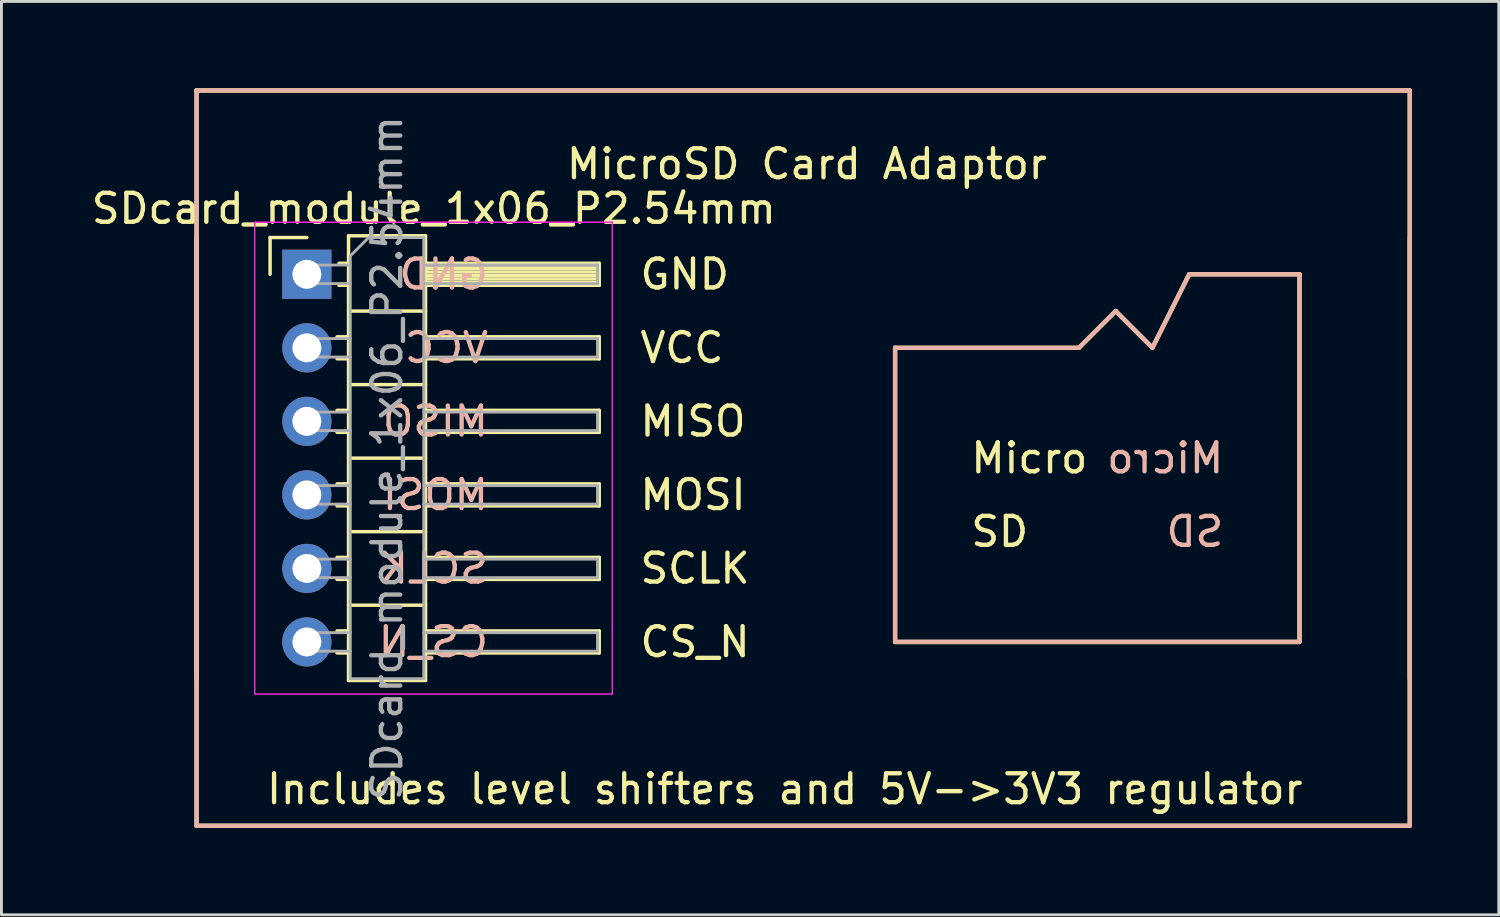
<source format=kicad_pcb>
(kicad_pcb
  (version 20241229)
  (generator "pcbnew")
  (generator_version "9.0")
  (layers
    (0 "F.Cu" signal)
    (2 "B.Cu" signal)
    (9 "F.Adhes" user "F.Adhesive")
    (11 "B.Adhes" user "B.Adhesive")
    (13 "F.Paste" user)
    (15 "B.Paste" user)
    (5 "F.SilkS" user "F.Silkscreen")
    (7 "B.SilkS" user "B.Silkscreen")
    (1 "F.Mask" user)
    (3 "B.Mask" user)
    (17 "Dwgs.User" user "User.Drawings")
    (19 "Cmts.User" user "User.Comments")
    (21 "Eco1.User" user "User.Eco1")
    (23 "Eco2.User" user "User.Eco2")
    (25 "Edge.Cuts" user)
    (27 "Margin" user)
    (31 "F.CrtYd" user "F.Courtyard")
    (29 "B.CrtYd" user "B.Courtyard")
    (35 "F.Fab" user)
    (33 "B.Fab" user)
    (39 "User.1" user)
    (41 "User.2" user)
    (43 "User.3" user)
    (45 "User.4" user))
  (footprint "SDcard_module_1x06_P2.54mm"
    (layer "F.Cu")
    (at 7.55 6.425)
    (property "Reference" "SDcard_module_1x06_P2.54mm" (at 4.385 -2.27 0) (layer "F.SilkS") (effects (font (size 1 1) (thickness 0.15))))
    (attr through_hole)
    (fp_line (start -3.81 -6.35) (end 38.1 -6.35) (stroke (width 0.15) (type solid)) (layer "F.SilkS"))
    (fp_line (start -3.81 -1.27) (end -3.81 13.97) (stroke (width 0.15) (type solid)) (layer "F.SilkS"))
    (fp_line (start -3.81 19.05) (end -3.81 -6.35) (stroke (width 0.15) (type solid)) (layer "F.SilkS"))
    (fp_line (start -1.27 -1.27) (end 0 -1.27) (stroke (width 0.12) (type solid)) (layer "F.SilkS"))
    (fp_line (start -1.27 0) (end -1.27 -1.27) (stroke (width 0.12) (type solid)) (layer "F.SilkS"))
    (fp_line (start 1.043 2.16) (end 1.44 2.16) (stroke (width 0.12) (type solid)) (layer "F.SilkS"))
    (fp_line (start 1.043 2.92) (end 1.44 2.92) (stroke (width 0.12) (type solid)) (layer "F.SilkS"))
    (fp_line (start 1.043 4.7) (end 1.44 4.7) (stroke (width 0.12) (type solid)) (layer "F.SilkS"))
    (fp_line (start 1.043 5.46) (end 1.44 5.46) (stroke (width 0.12) (type solid)) (layer "F.SilkS"))
    (fp_line (start 1.043 7.24) (end 1.44 7.24) (stroke (width 0.12) (type solid)) (layer "F.SilkS"))
    (fp_line (start 1.043 8) (end 1.44 8) (stroke (width 0.12) (type solid)) (layer "F.SilkS"))
    (fp_line (start 1.043 9.78) (end 1.44 9.78) (stroke (width 0.12) (type solid)) (layer "F.SilkS"))
    (fp_line (start 1.043 10.54) (end 1.44 10.54) (stroke (width 0.12) (type solid)) (layer "F.SilkS"))
    (fp_line (start 1.043 12.32) (end 1.44 12.32) (stroke (width 0.12) (type solid)) (layer "F.SilkS"))
    (fp_line (start 1.043 13.08) (end 1.44 13.08) (stroke (width 0.12) (type solid)) (layer "F.SilkS"))
    (fp_line (start 1.11 -0.38) (end 1.44 -0.38) (stroke (width 0.12) (type solid)) (layer "F.SilkS"))
    (fp_line (start 1.11 0.38) (end 1.44 0.38) (stroke (width 0.12) (type solid)) (layer "F.SilkS"))
    (fp_line (start 1.44 -1.33) (end 1.44 14.03) (stroke (width 0.12) (type solid)) (layer "F.SilkS"))
    (fp_line (start 1.44 1.27) (end 4.1 1.27) (stroke (width 0.12) (type solid)) (layer "F.SilkS"))
    (fp_line (start 1.44 3.81) (end 4.1 3.81) (stroke (width 0.12) (type solid)) (layer "F.SilkS"))
    (fp_line (start 1.44 6.35) (end 4.1 6.35) (stroke (width 0.12) (type solid)) (layer "F.SilkS"))
    (fp_line (start 1.44 8.89) (end 4.1 8.89) (stroke (width 0.12) (type solid)) (layer "F.SilkS"))
    (fp_line (start 1.44 11.43) (end 4.1 11.43) (stroke (width 0.12) (type solid)) (layer "F.SilkS"))
    (fp_line (start 1.44 14.03) (end 4.1 14.03) (stroke (width 0.12) (type solid)) (layer "F.SilkS"))
    (fp_line (start 4.1 -1.33) (end 1.44 -1.33) (stroke (width 0.12) (type solid)) (layer "F.SilkS"))
    (fp_line (start 4.1 -0.38) (end 10.1 -0.38) (stroke (width 0.12) (type solid)) (layer "F.SilkS"))
    (fp_line (start 4.1 -0.32) (end 10.1 -0.32) (stroke (width 0.12) (type solid)) (layer "F.SilkS"))
    (fp_line (start 4.1 -0.2) (end 10.1 -0.2) (stroke (width 0.12) (type solid)) (layer "F.SilkS"))
    (fp_line (start 4.1 -0.08) (end 10.1 -0.08) (stroke (width 0.12) (type solid)) (layer "F.SilkS"))
    (fp_line (start 4.1 0.04) (end 10.1 0.04) (stroke (width 0.12) (type solid)) (layer "F.SilkS"))
    (fp_line (start 4.1 0.16) (end 10.1 0.16) (stroke (width 0.12) (type solid)) (layer "F.SilkS"))
    (fp_line (start 4.1 0.28) (end 10.1 0.28) (stroke (width 0.12) (type solid)) (layer "F.SilkS"))
    (fp_line (start 4.1 2.16) (end 10.1 2.16) (stroke (width 0.12) (type solid)) (layer "F.SilkS"))
    (fp_line (start 4.1 4.7) (end 10.1 4.7) (stroke (width 0.12) (type solid)) (layer "F.SilkS"))
    (fp_line (start 4.1 7.24) (end 10.1 7.24) (stroke (width 0.12) (type solid)) (layer "F.SilkS"))
    (fp_line (start 4.1 9.78) (end 10.1 9.78) (stroke (width 0.12) (type solid)) (layer "F.SilkS"))
    (fp_line (start 4.1 12.32) (end 10.1 12.32) (stroke (width 0.12) (type solid)) (layer "F.SilkS"))
    (fp_line (start 4.1 14.03) (end 4.1 -1.33) (stroke (width 0.12) (type solid)) (layer "F.SilkS"))
    (fp_line (start 10.1 -0.38) (end 10.1 0.38) (stroke (width 0.12) (type solid)) (layer "F.SilkS"))
    (fp_line (start 10.1 0.38) (end 4.1 0.38) (stroke (width 0.12) (type solid)) (layer "F.SilkS"))
    (fp_line (start 10.1 2.16) (end 10.1 2.92) (stroke (width 0.12) (type solid)) (layer "F.SilkS"))
    (fp_line (start 10.1 2.92) (end 4.1 2.92) (stroke (width 0.12) (type solid)) (layer "F.SilkS"))
    (fp_line (start 10.1 4.7) (end 10.1 5.46) (stroke (width 0.12) (type solid)) (layer "F.SilkS"))
    (fp_line (start 10.1 5.46) (end 4.1 5.46) (stroke (width 0.12) (type solid)) (layer "F.SilkS"))
    (fp_line (start 10.1 7.24) (end 10.1 8) (stroke (width 0.12) (type solid)) (layer "F.SilkS"))
    (fp_line (start 10.1 8) (end 4.1 8) (stroke (width 0.12) (type solid)) (layer "F.SilkS"))
    (fp_line (start 10.1 9.78) (end 10.1 10.54) (stroke (width 0.12) (type solid)) (layer "F.SilkS"))
    (fp_line (start 10.1 10.54) (end 4.1 10.54) (stroke (width 0.12) (type solid)) (layer "F.SilkS"))
    (fp_line (start 10.1 12.32) (end 10.1 13.08) (stroke (width 0.12) (type solid)) (layer "F.SilkS"))
    (fp_line (start 10.1 13.08) (end 4.1 13.08) (stroke (width 0.12) (type solid)) (layer "F.SilkS"))
    (fp_line (start 20.32 2.54) (end 26.67 2.54) (stroke (width 0.15) (type solid)) (layer "F.SilkS"))
    (fp_line (start 20.32 12.7) (end 20.32 2.54) (stroke (width 0.15) (type solid)) (layer "F.SilkS"))
    (fp_line (start 26.67 2.54) (end 27.94 1.27) (stroke (width 0.15) (type solid)) (layer "F.SilkS"))
    (fp_line (start 27.94 1.27) (end 29.21 2.54) (stroke (width 0.15) (type solid)) (layer "F.SilkS"))
    (fp_line (start 29.21 2.54) (end 30.48 0) (stroke (width 0.15) (type solid)) (layer "F.SilkS"))
    (fp_line (start 30.48 0) (end 34.29 0) (stroke (width 0.15) (type solid)) (layer "F.SilkS"))
    (fp_line (start 34.29 0) (end 34.29 12.7) (stroke (width 0.15) (type solid)) (layer "F.SilkS"))
    (fp_line (start 34.29 12.7) (end 20.32 12.7) (stroke (width 0.15) (type solid)) (layer "F.SilkS"))
    (fp_line (start 38.1 -6.35) (end 38.1 19.05) (stroke (width 0.15) (type solid)) (layer "F.SilkS"))
    (fp_line (start 38.1 -1.27) (end 38.1 13.97) (stroke (width 0.15) (type solid)) (layer "F.SilkS"))
    (fp_line (start 38.1 19.05) (end -3.81 19.05) (stroke (width 0.15) (type solid)) (layer "F.SilkS"))
    (fp_line (start -3.81 -6.35) (end -3.81 19.05) (stroke (width 0.15) (type solid)) (layer "B.SilkS"))
    (fp_line (start -3.81 19.05) (end 38.1 19.05) (stroke (width 0.15) (type solid)) (layer "B.SilkS"))
    (fp_line (start 20.32 2.54) (end 26.67 2.54) (stroke (width 0.15) (type solid)) (layer "B.SilkS"))
    (fp_line (start 20.32 12.7) (end 20.32 2.54) (stroke (width 0.15) (type solid)) (layer "B.SilkS"))
    (fp_line (start 26.67 2.54) (end 27.94 1.27) (stroke (width 0.15) (type solid)) (layer "B.SilkS"))
    (fp_line (start 27.94 1.27) (end 29.21 2.54) (stroke (width 0.15) (type solid)) (layer "B.SilkS"))
    (fp_line (start 29.21 2.54) (end 30.48 0) (stroke (width 0.15) (type solid)) (layer "B.SilkS"))
    (fp_line (start 30.48 0) (end 34.29 0) (stroke (width 0.15) (type solid)) (layer "B.SilkS"))
    (fp_line (start 34.29 0) (end 34.29 12.7) (stroke (width 0.15) (type solid)) (layer "B.SilkS"))
    (fp_line (start 34.29 12.7) (end 20.32 12.7) (stroke (width 0.15) (type solid)) (layer "B.SilkS"))
    (fp_line (start 38.1 -6.35) (end -3.81 -6.35) (stroke (width 0.15) (type solid)) (layer "B.SilkS"))
    (fp_line (start 38.1 19.05) (end 38.1 -6.35) (stroke (width 0.15) (type solid)) (layer "B.SilkS"))
    (fp_line (start -1.8 -1.8) (end -1.8 14.5) (stroke (width 0.05) (type solid)) (layer "F.CrtYd"))
    (fp_line (start -1.8 14.5) (end 10.55 14.5) (stroke (width 0.05) (type solid)) (layer "F.CrtYd"))
    (fp_line (start 10.55 -1.8) (end -1.8 -1.8) (stroke (width 0.05) (type solid)) (layer "F.CrtYd"))
    (fp_line (start 10.55 14.5) (end 10.55 -1.8) (stroke (width 0.05) (type solid)) (layer "F.CrtYd"))
    (fp_line (start -0.32 -0.32) (end -0.32 0.32) (stroke (width 0.1) (type solid)) (layer "F.Fab"))
    (fp_line (start -0.32 -0.32) (end 1.5 -0.32) (stroke (width 0.1) (type solid)) (layer "F.Fab"))
    (fp_line (start -0.32 0.32) (end 1.5 0.32) (stroke (width 0.1) (type solid)) (layer "F.Fab"))
    (fp_line (start -0.32 2.22) (end -0.32 2.86) (stroke (width 0.1) (type solid)) (layer "F.Fab"))
    (fp_line (start -0.32 2.22) (end 1.5 2.22) (stroke (width 0.1) (type solid)) (layer "F.Fab"))
    (fp_line (start -0.32 2.86) (end 1.5 2.86) (stroke (width 0.1) (type solid)) (layer "F.Fab"))
    (fp_line (start -0.32 4.76) (end -0.32 5.4) (stroke (width 0.1) (type solid)) (layer "F.Fab"))
    (fp_line (start -0.32 4.76) (end 1.5 4.76) (stroke (width 0.1) (type solid)) (layer "F.Fab"))
    (fp_line (start -0.32 5.4) (end 1.5 5.4) (stroke (width 0.1) (type solid)) (layer "F.Fab"))
    (fp_line (start -0.32 7.3) (end -0.32 7.94) (stroke (width 0.1) (type solid)) (layer "F.Fab"))
    (fp_line (start -0.32 7.3) (end 1.5 7.3) (stroke (width 0.1) (type solid)) (layer "F.Fab"))
    (fp_line (start -0.32 7.94) (end 1.5 7.94) (stroke (width 0.1) (type solid)) (layer "F.Fab"))
    (fp_line (start -0.32 9.84) (end -0.32 10.48) (stroke (width 0.1) (type solid)) (layer "F.Fab"))
    (fp_line (start -0.32 9.84) (end 1.5 9.84) (stroke (width 0.1) (type solid)) (layer "F.Fab"))
    (fp_line (start -0.32 10.48) (end 1.5 10.48) (stroke (width 0.1) (type solid)) (layer "F.Fab"))
    (fp_line (start -0.32 12.38) (end -0.32 13.02) (stroke (width 0.1) (type solid)) (layer "F.Fab"))
    (fp_line (start -0.32 12.38) (end 1.5 12.38) (stroke (width 0.1) (type solid)) (layer "F.Fab"))
    (fp_line (start -0.32 13.02) (end 1.5 13.02) (stroke (width 0.1) (type solid)) (layer "F.Fab"))
    (fp_line (start 1.5 -0.635) (end 2.135 -1.27) (stroke (width 0.1) (type solid)) (layer "F.Fab"))
    (fp_line (start 1.5 13.97) (end 1.5 -0.635) (stroke (width 0.1) (type solid)) (layer "F.Fab"))
    (fp_line (start 2.135 -1.27) (end 4.04 -1.27) (stroke (width 0.1) (type solid)) (layer "F.Fab"))
    (fp_line (start 4.04 -1.27) (end 4.04 13.97) (stroke (width 0.1) (type solid)) (layer "F.Fab"))
    (fp_line (start 4.04 -0.32) (end 10.04 -0.32) (stroke (width 0.1) (type solid)) (layer "F.Fab"))
    (fp_line (start 4.04 0.32) (end 10.04 0.32) (stroke (width 0.1) (type solid)) (layer "F.Fab"))
    (fp_line (start 4.04 2.22) (end 10.04 2.22) (stroke (width 0.1) (type solid)) (layer "F.Fab"))
    (fp_line (start 4.04 2.86) (end 10.04 2.86) (stroke (width 0.1) (type solid)) (layer "F.Fab"))
    (fp_line (start 4.04 4.76) (end 10.04 4.76) (stroke (width 0.1) (type solid)) (layer "F.Fab"))
    (fp_line (start 4.04 5.4) (end 10.04 5.4) (stroke (width 0.1) (type solid)) (layer "F.Fab"))
    (fp_line (start 4.04 7.3) (end 10.04 7.3) (stroke (width 0.1) (type solid)) (layer "F.Fab"))
    (fp_line (start 4.04 7.94) (end 10.04 7.94) (stroke (width 0.1) (type solid)) (layer "F.Fab"))
    (fp_line (start 4.04 9.84) (end 10.04 9.84) (stroke (width 0.1) (type solid)) (layer "F.Fab"))
    (fp_line (start 4.04 10.48) (end 10.04 10.48) (stroke (width 0.1) (type solid)) (layer "F.Fab"))
    (fp_line (start 4.04 12.38) (end 10.04 12.38) (stroke (width 0.1) (type solid)) (layer "F.Fab"))
    (fp_line (start 4.04 13.02) (end 10.04 13.02) (stroke (width 0.1) (type solid)) (layer "F.Fab"))
    (fp_line (start 4.04 13.97) (end 1.5 13.97) (stroke (width 0.1) (type solid)) (layer "F.Fab"))
    (fp_line (start 10.04 -0.32) (end 10.04 0.32) (stroke (width 0.1) (type solid)) (layer "F.Fab"))
    (fp_line (start 10.04 2.22) (end 10.04 2.86) (stroke (width 0.1) (type solid)) (layer "F.Fab"))
    (fp_line (start 10.04 4.76) (end 10.04 5.4) (stroke (width 0.1) (type solid)) (layer "F.Fab"))
    (fp_line (start 10.04 7.3) (end 10.04 7.94) (stroke (width 0.1) (type solid)) (layer "F.Fab"))
    (fp_line (start 10.04 9.84) (end 10.04 10.48) (stroke (width 0.1) (type solid)) (layer "F.Fab"))
    (fp_line (start 10.04 12.38) (end 10.04 13.02) (stroke (width 0.1) (type solid)) (layer "F.Fab"))
    (fp_text user "MicroSD Card Adaptor" (at 8.89 -3.81 0) (layer "F.SilkS") (effects (font (size 1 1) (thickness 0.15)) (justify left)))
    (fp_text user "MOSI" (at 11.43 7.62 0) (layer "F.SilkS") (effects (font (size 1 1) (thickness 0.15)) (justify left)))
    (fp_text user "SCLK" (at 11.43 10.16 0) (layer "F.SilkS") (effects (font (size 1 1) (thickness 0.15)) (justify left)))
    (fp_text user "SD" (at 22.86 8.89 0) (layer "F.SilkS") (effects (font (size 1 1) (thickness 0.15)) (justify left)))
    (fp_text user "GND" (at 11.43 0 0) (layer "F.SilkS") (effects (font (size 1 1) (thickness 0.15)) (justify left)))
    (fp_text user "Includes level shifters and 5V->3V3 regulator" (at 16.51 17.78 0) (layer "F.SilkS") (effects (font (size 1 1) (thickness 0.15))))
    (fp_text user "Micro" (at 22.86 6.35 0) (layer "F.SilkS") (effects (font (size 1 1) (thickness 0.15)) (justify left)))
    (fp_text user "VCC" (at 11.43 2.54 0) (layer "F.SilkS") (effects (font (size 1 1) (thickness 0.15)) (justify left)))
    (fp_text user "MISO" (at 11.43 5.08 0) (layer "F.SilkS") (effects (font (size 1 1) (thickness 0.15)) (justify left)))
    (fp_text user "CS_N" (at 11.43 12.7 0) (layer "F.SilkS") (effects (font (size 1 1) (thickness 0.15)) (justify left)))
    (fp_text user "CS_N" (at 6.35 12.7 0) (layer "B.SilkS") (effects (font (size 1 1) (thickness 0.15)) (justify left mirror)))
    (fp_text user "VCC" (at 6.35 2.54 0) (layer "B.SilkS") (effects (font (size 1 1) (thickness 0.15)) (justify left mirror)))
    (fp_text user "SD" (at 31.75 8.89 0) (layer "B.SilkS") (effects (font (size 1 1) (thickness 0.15)) (justify left mirror)))
    (fp_text user "SCLK" (at 6.35 10.16 0) (layer "B.SilkS") (effects (font (size 1 1) (thickness 0.15)) (justify left mirror)))
    (fp_text user "MOSI" (at 6.35 7.62 0) (layer "B.SilkS") (effects (font (size 1 1) (thickness 0.15)) (justify left mirror)))
    (fp_text user "MISO" (at 6.35 5.08 0) (layer "B.SilkS") (effects (font (size 1 1) (thickness 0.15)) (justify left mirror)))
    (fp_text user "Micro" (at 31.75 6.35 0) (layer "B.SilkS") (effects (font (size 1 1) (thickness 0.15)) (justify left mirror)))
    (fp_text user "GND" (at 6.35 0 0) (layer "B.SilkS") (effects (font (size 1 1) (thickness 0.15)) (justify left mirror)))
    (fp_text user "${REFERENCE}" (at 2.77 6.35 90) (layer "F.Fab") (effects (font (size 1 1) (thickness 0.15))))
    (pad "1" thru_hole rect (at 0 0) (size 1.7 1.7) (drill 1) (layers "*.Cu" "*.Mask"))
    (pad "2" thru_hole oval (at 0 2.54) (size 1.7 1.7) (drill 1) (layers "*.Cu" "*.Mask"))
    (pad "3" thru_hole oval (at 0 5.08) (size 1.7 1.7) (drill 1) (layers "*.Cu" "*.Mask"))
    (pad "4" thru_hole oval (at 0 7.62) (size 1.7 1.7) (drill 1) (layers "*.Cu" "*.Mask"))
    (pad "5" thru_hole oval (at 0 10.16) (size 1.7 1.7) (drill 1) (layers "*.Cu" "*.Mask"))
    (pad "6" thru_hole oval (at 0 12.7) (size 1.7 1.7) (drill 1) (layers "*.Cu" "*.Mask")))
  (gr_rect
    (start -3 -3)
    (end 48.725 28.55)
    (stroke (width 0.1) (type default))
    (fill no)
    (layer "Edge.Cuts")))
</source>
